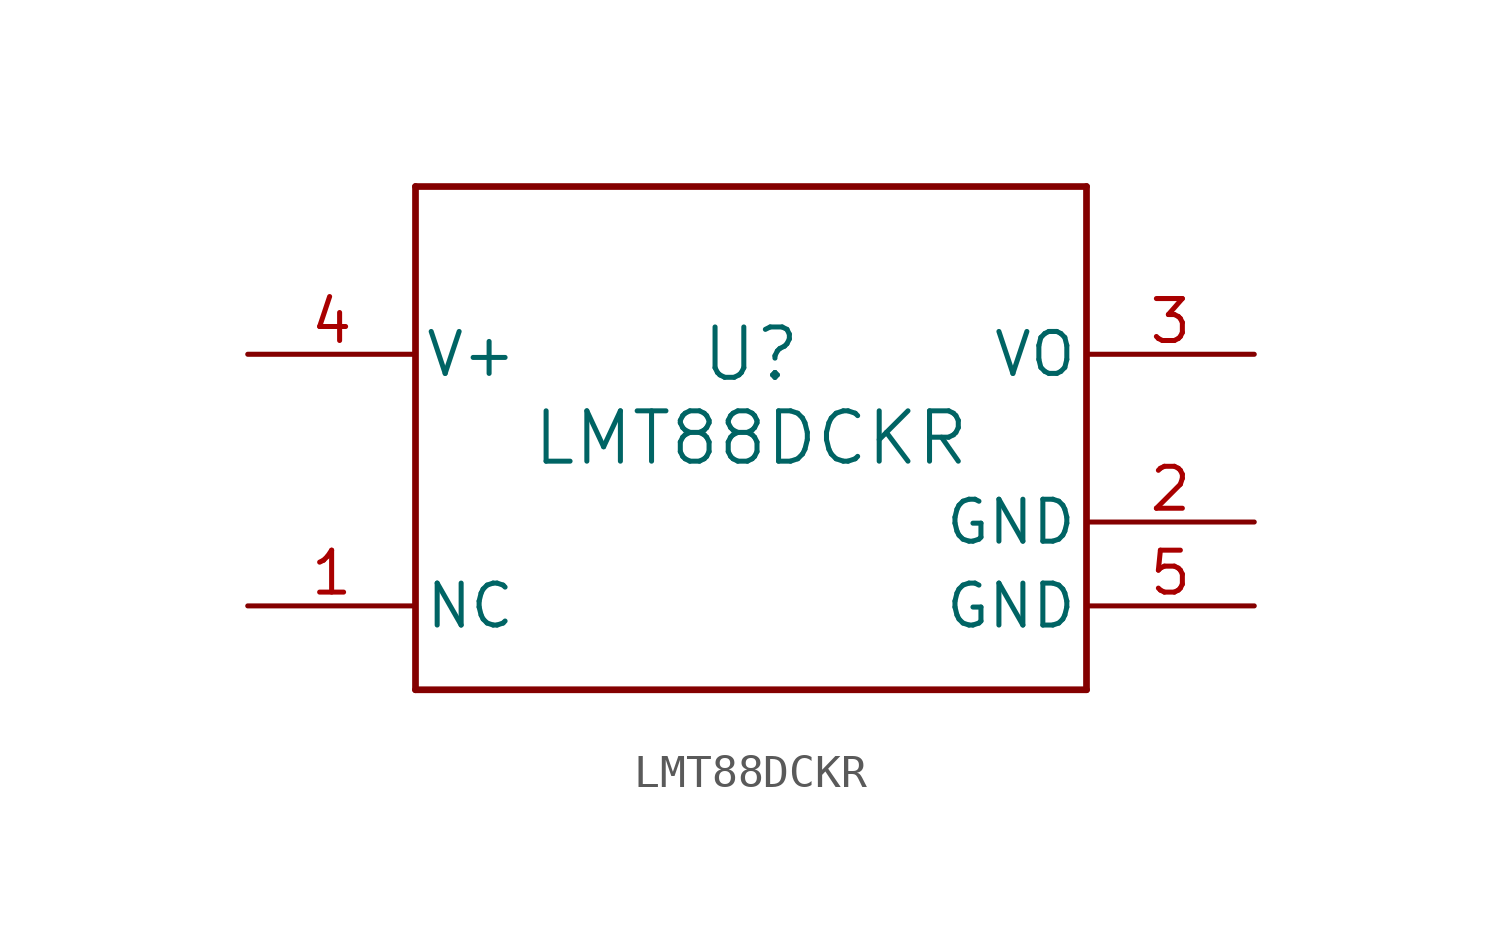
<source format=kicad_sym>
(kicad_symbol_lib
  (version 20211014)
  (generator kicad_symbol_editor)
  (symbol "LMT88DCKR"
    (pin_names
      (offset 0.254))
    (property "Reference" "U"
      (at 0 2.54 0)
      (effects (font (size 1.524 1.524))))
    (property "Value" "LMT88DCKR"
      (at 0 0 0)
      (effects (font (size 1.524 1.524))))
    (symbol "LMT88DCKR_0_1"
      (polyline (pts (xy -10.16 -7.62) (xy 10.16 -7.62)) (stroke (width 0.203) (type default) (color 0 0 0 0)) (fill (type none)))
      (polyline (pts (xy 10.16 -7.62) (xy 10.16 7.62)) (stroke (width 0.203) (type default) (color 0 0 0 0)) (fill (type none)))
      (polyline (pts (xy 10.16 7.62) (xy -10.16 7.62)) (stroke (width 0.203) (type default) (color 0 0 0 0)) (fill (type none)))
      (polyline (pts (xy -10.16 7.62) (xy -10.16 -7.62)) (stroke (width 0.203) (type default) (color 0 0 0 0)) (fill (type none)))
      (pin unspecified line (at -15.24 -5.08 0) (length 5.08) (name "NC" (effects (font (size 1.27 1.27)))) (number "1" (effects (font (size 1.27 1.27)))))
      (pin power_in line (at 15.24 -2.54 180) (length 5.08) (name "GND" (effects (font (size 1.27 1.27)))) (number "2" (effects (font (size 1.27 1.27)))))
      (pin output line (at 15.24 2.54 180) (length 5.08) (name "VO" (effects (font (size 1.27 1.27)))) (number "3" (effects (font (size 1.27 1.27)))))
      (pin power_in line (at -15.24 2.54 0) (length 5.08) (name "V+" (effects (font (size 1.27 1.27)))) (number "4" (effects (font (size 1.27 1.27)))))
      (pin power_in line (at 15.24 -5.08 180) (length 5.08) (name "GND" (effects (font (size 1.27 1.27)))) (number "5" (effects (font (size 1.27 1.27))))))))
</source>
